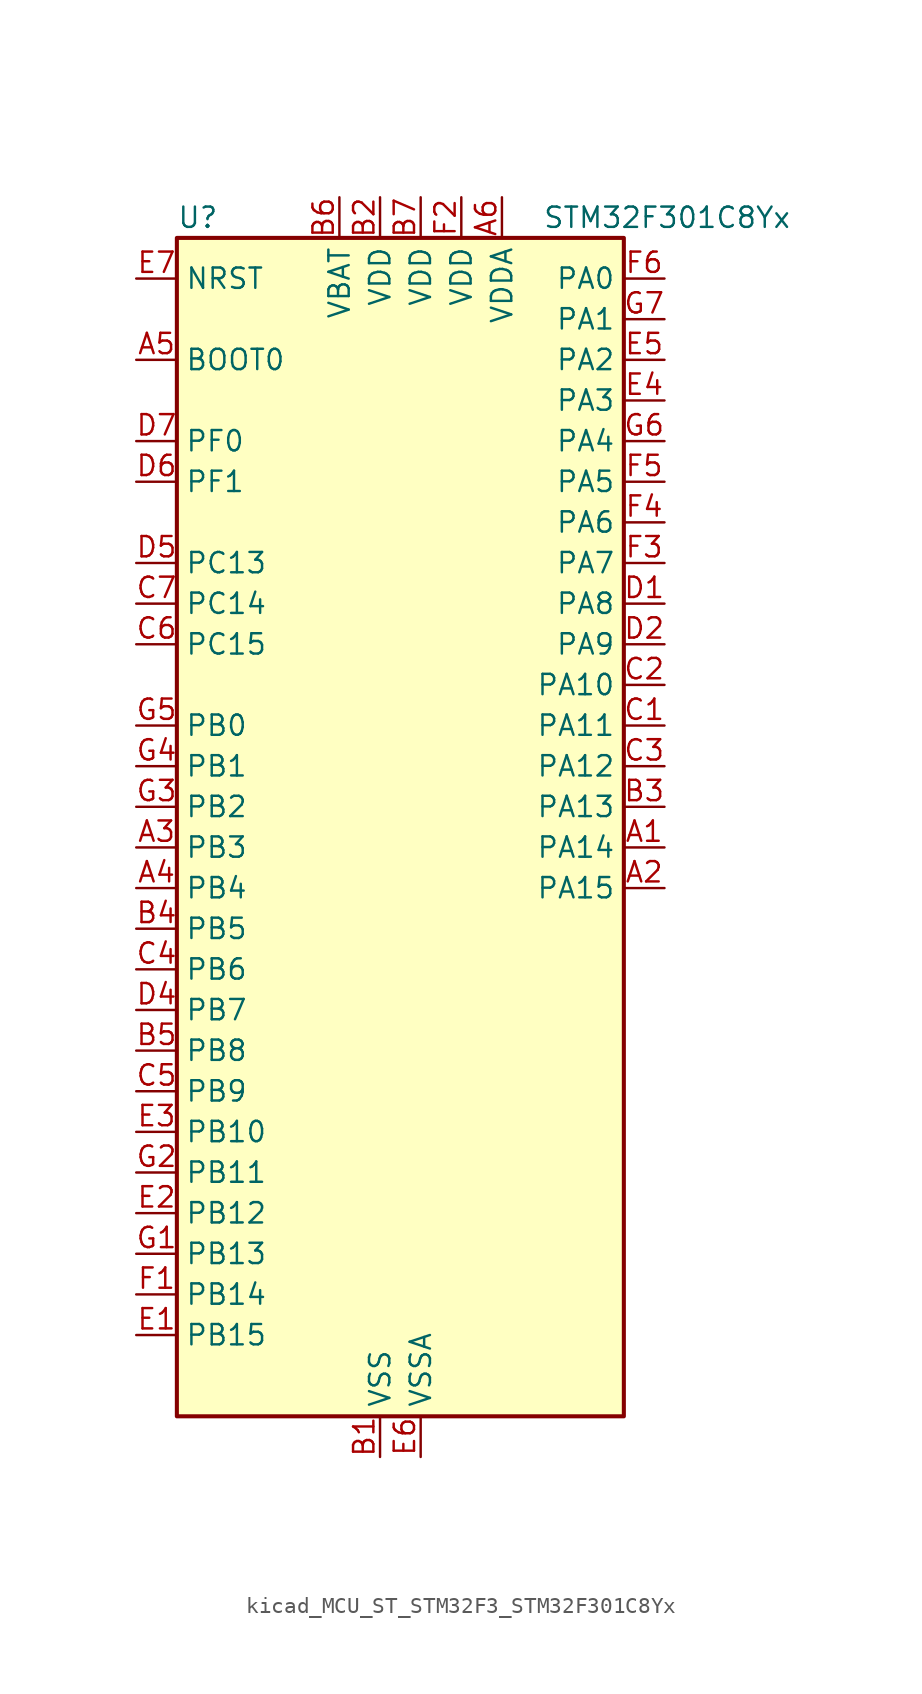
<source format=kicad_sym>
(kicad_symbol_lib
  (version 20220914)
  (generator kicad_symbol_editor)
  (symbol "kicad_MCU_ST_STM32F3_STM32F301C8Yx"
    (property "Reference" "U"
      (at -12.7 39.37 0)
      (effects (font (size 1.27 1.27)) (justify left)))
    (property "Value" "STM32F301C8Yx"
      (at 10.16 39.37 0)
      (effects (font (size 1.27 1.27)) (justify left)))
    (property "ki_locked" ""
      (at 0 0 0)
      (effects (font (size 1.27 1.27))))
    (symbol "kicad_MCU_ST_STM32F3_STM32F301C8Yx_0_1"
      (rectangle (start -12.7 -35.56) (end 15.24 38.1) (stroke (width 0.254) (type default)) (fill (type background))))
    (symbol "kicad_MCU_ST_STM32F3_STM32F301C8Yx_1_1"
      (pin bidirectional line (at 17.78 0 180) (length 2.54) (name "PA14" (effects (font (size 1.27 1.27)))) (number "A1" (effects (font (size 1.27 1.27)))) (alternate "I2C1_SDA" bidirectional line) (alternate "SYS_JTCK-SWCLK" bidirectional line) (alternate "TIM1_BKIN" bidirectional line) (alternate "TSC_G4_IO4" bidirectional line) (alternate "USART2_TX" bidirectional line))
      (pin bidirectional line (at 17.78 -2.54 180) (length 2.54) (name "PA15" (effects (font (size 1.27 1.27)))) (number "A2" (effects (font (size 1.27 1.27)))) (alternate "ADC1_EXTI15" bidirectional line) (alternate "I2C1_SCL" bidirectional line) (alternate "I2S3_WS" bidirectional line) (alternate "SPI3_NSS" bidirectional line) (alternate "SYS_JTDI" bidirectional line) (alternate "TIM1_BKIN" bidirectional line) (alternate "TIM2_CH1" bidirectional line) (alternate "TIM2_ETR" bidirectional line) (alternate "TSC_SYNC" bidirectional line) (alternate "USART2_RX" bidirectional line))
      (pin bidirectional line (at -15.24 0 0) (length 2.54) (name "PB3" (effects (font (size 1.27 1.27)))) (number "A3" (effects (font (size 1.27 1.27)))) (alternate "I2S3_CK" bidirectional line) (alternate "SPI3_SCK" bidirectional line) (alternate "SYS_JTDO-TRACESWO" bidirectional line) (alternate "TIM2_CH2" bidirectional line) (alternate "TSC_G5_IO1" bidirectional line) (alternate "USART2_TX" bidirectional line))
      (pin bidirectional line (at -15.24 -2.54 0) (length 2.54) (name "PB4" (effects (font (size 1.27 1.27)))) (number "A4" (effects (font (size 1.27 1.27)))) (alternate "I2S3_ext_SD" bidirectional line) (alternate "SPI3_MISO" bidirectional line) (alternate "SYS_NJTRST" bidirectional line) (alternate "TIM16_CH1" bidirectional line) (alternate "TIM17_BKIN" bidirectional line) (alternate "TSC_G5_IO2" bidirectional line) (alternate "USART2_RX" bidirectional line))
      (pin input line (at -15.24 30.48 0) (length 2.54) (name "BOOT0" (effects (font (size 1.27 1.27)))) (number "A5" (effects (font (size 1.27 1.27)))))
      (pin power_in line (at 7.62 40.64 270) (length 2.54) (name "VDDA" (effects (font (size 1.27 1.27)))) (number "A6" (effects (font (size 1.27 1.27)))))
      (pin no_connect line (at -12.7 -35.56 0) (length 2.54) hide (name "NC" (effects (font (size 1.27 1.27)))) (number "A7" (effects (font (size 1.27 1.27)))))
      (pin power_in line (at 0 -38.1 90) (length 2.54) (name "VSS" (effects (font (size 1.27 1.27)))) (number "B1" (effects (font (size 1.27 1.27)))))
      (pin power_in line (at 0 40.64 270) (length 2.54) (name "VDD" (effects (font (size 1.27 1.27)))) (number "B2" (effects (font (size 1.27 1.27)))))
      (pin bidirectional line (at 17.78 2.54 180) (length 2.54) (name "PA13" (effects (font (size 1.27 1.27)))) (number "B3" (effects (font (size 1.27 1.27)))) (alternate "IR_OUT" bidirectional line) (alternate "SYS_JTMS-SWDIO" bidirectional line) (alternate "TIM16_CH1N" bidirectional line) (alternate "TSC_G4_IO3" bidirectional line) (alternate "USART3_CTS" bidirectional line))
      (pin bidirectional line (at -15.24 -5.08 0) (length 2.54) (name "PB5" (effects (font (size 1.27 1.27)))) (number "B4" (effects (font (size 1.27 1.27)))) (alternate "I2C1_SMBA" bidirectional line) (alternate "I2C3_SDA" bidirectional line) (alternate "I2S3_SD" bidirectional line) (alternate "SPI3_MOSI" bidirectional line) (alternate "TIM16_BKIN" bidirectional line) (alternate "TIM17_CH1" bidirectional line) (alternate "USART2_CK" bidirectional line))
      (pin bidirectional line (at -15.24 -12.7 0) (length 2.54) (name "PB8" (effects (font (size 1.27 1.27)))) (number "B5" (effects (font (size 1.27 1.27)))) (alternate "I2C1_SCL" bidirectional line) (alternate "TIM16_CH1" bidirectional line) (alternate "TIM1_BKIN" bidirectional line) (alternate "TSC_SYNC" bidirectional line) (alternate "USART3_RX" bidirectional line))
      (pin power_in line (at -2.54 40.64 270) (length 2.54) (name "VBAT" (effects (font (size 1.27 1.27)))) (number "B6" (effects (font (size 1.27 1.27)))))
      (pin power_in line (at 2.54 40.64 270) (length 2.54) (name "VDD" (effects (font (size 1.27 1.27)))) (number "B7" (effects (font (size 1.27 1.27)))))
      (pin bidirectional line (at 17.78 7.62 180) (length 2.54) (name "PA11" (effects (font (size 1.27 1.27)))) (number "C1" (effects (font (size 1.27 1.27)))) (alternate "ADC1_EXTI11" bidirectional line) (alternate "I2S2_SD" bidirectional line) (alternate "SPI2_MOSI" bidirectional line) (alternate "TIM1_BKIN2" bidirectional line) (alternate "TIM1_CH1N" bidirectional line) (alternate "TIM1_CH4" bidirectional line) (alternate "USART1_CTS" bidirectional line))
      (pin bidirectional line (at 17.78 10.16 180) (length 2.54) (name "PA10" (effects (font (size 1.27 1.27)))) (number "C2" (effects (font (size 1.27 1.27)))) (alternate "COMP6_OUT" bidirectional line) (alternate "I2C2_SDA" bidirectional line) (alternate "I2S2_ext_SD" bidirectional line) (alternate "SPI2_MISO" bidirectional line) (alternate "TIM17_BKIN" bidirectional line) (alternate "TIM1_CH3" bidirectional line) (alternate "TIM2_CH4" bidirectional line) (alternate "TSC_G4_IO2" bidirectional line) (alternate "USART1_RX" bidirectional line))
      (pin bidirectional line (at 17.78 5.08 180) (length 2.54) (name "PA12" (effects (font (size 1.27 1.27)))) (number "C3" (effects (font (size 1.27 1.27)))) (alternate "COMP2_OUT" bidirectional line) (alternate "I2S_CKIN" bidirectional line) (alternate "TIM16_CH1" bidirectional line) (alternate "TIM1_CH2N" bidirectional line) (alternate "TIM1_ETR" bidirectional line) (alternate "USART1_DE" bidirectional line) (alternate "USART1_RTS" bidirectional line))
      (pin bidirectional line (at -15.24 -7.62 0) (length 2.54) (name "PB6" (effects (font (size 1.27 1.27)))) (number "C4" (effects (font (size 1.27 1.27)))) (alternate "I2C1_SCL" bidirectional line) (alternate "TIM16_CH1N" bidirectional line) (alternate "TSC_G5_IO3" bidirectional line) (alternate "USART1_TX" bidirectional line))
      (pin bidirectional line (at -15.24 -15.24 0) (length 2.54) (name "PB9" (effects (font (size 1.27 1.27)))) (number "C5" (effects (font (size 1.27 1.27)))) (alternate "COMP2_OUT" bidirectional line) (alternate "DAC_EXTI9" bidirectional line) (alternate "I2C1_SDA" bidirectional line) (alternate "IR_OUT" bidirectional line) (alternate "TIM17_CH1" bidirectional line) (alternate "USART3_TX" bidirectional line))
      (pin bidirectional line (at -15.24 12.7 0) (length 2.54) (name "PC15" (effects (font (size 1.27 1.27)))) (number "C6" (effects (font (size 1.27 1.27)))) (alternate "ADC1_EXTI15" bidirectional line) (alternate "RCC_OSC32_OUT" bidirectional line))
      (pin bidirectional line (at -15.24 15.24 0) (length 2.54) (name "PC14" (effects (font (size 1.27 1.27)))) (number "C7" (effects (font (size 1.27 1.27)))) (alternate "RCC_OSC32_IN" bidirectional line))
      (pin bidirectional line (at 17.78 15.24 180) (length 2.54) (name "PA8" (effects (font (size 1.27 1.27)))) (number "D1" (effects (font (size 1.27 1.27)))) (alternate "I2C2_SMBA" bidirectional line) (alternate "I2C3_SCL" bidirectional line) (alternate "I2S2_MCK" bidirectional line) (alternate "RCC_MCO" bidirectional line) (alternate "TIM1_CH1" bidirectional line) (alternate "USART1_CK" bidirectional line))
      (pin bidirectional line (at 17.78 12.7 180) (length 2.54) (name "PA9" (effects (font (size 1.27 1.27)))) (number "D2" (effects (font (size 1.27 1.27)))) (alternate "DAC_EXTI9" bidirectional line) (alternate "I2C2_SCL" bidirectional line) (alternate "I2C3_SMBA" bidirectional line) (alternate "I2S3_MCK" bidirectional line) (alternate "TIM15_BKIN" bidirectional line) (alternate "TIM1_CH2" bidirectional line) (alternate "TIM2_CH3" bidirectional line) (alternate "TSC_G4_IO1" bidirectional line) (alternate "USART1_TX" bidirectional line))
      (pin passive line (at 0 -38.1 90) (length 2.54) hide (name "VSS" (effects (font (size 1.27 1.27)))) (number "D3" (effects (font (size 1.27 1.27)))))
      (pin bidirectional line (at -15.24 -10.16 0) (length 2.54) (name "PB7" (effects (font (size 1.27 1.27)))) (number "D4" (effects (font (size 1.27 1.27)))) (alternate "I2C1_SDA" bidirectional line) (alternate "TIM17_CH1N" bidirectional line) (alternate "TSC_G5_IO4" bidirectional line) (alternate "USART1_RX" bidirectional line))
      (pin bidirectional line (at -15.24 17.78 0) (length 2.54) (name "PC13" (effects (font (size 1.27 1.27)))) (number "D5" (effects (font (size 1.27 1.27)))) (alternate "RTC_OUT_ALARM" bidirectional line) (alternate "RTC_OUT_CALIB" bidirectional line) (alternate "RTC_TAMP1" bidirectional line) (alternate "RTC_TS" bidirectional line) (alternate "SYS_WKUP2" bidirectional line) (alternate "TIM1_CH1N" bidirectional line))
      (pin bidirectional line (at -15.24 22.86 0) (length 2.54) (name "PF1" (effects (font (size 1.27 1.27)))) (number "D6" (effects (font (size 1.27 1.27)))) (alternate "I2C2_SCL" bidirectional line) (alternate "I2S2_CK" bidirectional line) (alternate "RCC_OSC_OUT" bidirectional line) (alternate "SPI2_SCK" bidirectional line))
      (pin bidirectional line (at -15.24 25.4 0) (length 2.54) (name "PF0" (effects (font (size 1.27 1.27)))) (number "D7" (effects (font (size 1.27 1.27)))) (alternate "I2C2_SDA" bidirectional line) (alternate "I2S2_WS" bidirectional line) (alternate "RCC_OSC_IN" bidirectional line) (alternate "SPI2_NSS" bidirectional line) (alternate "TIM1_CH3N" bidirectional line))
      (pin bidirectional line (at -15.24 -30.48 0) (length 2.54) (name "PB15" (effects (font (size 1.27 1.27)))) (number "E1" (effects (font (size 1.27 1.27)))) (alternate "ADC1_EXTI15" bidirectional line) (alternate "COMP6_INM" bidirectional line) (alternate "I2S2_SD" bidirectional line) (alternate "RTC_REFIN" bidirectional line) (alternate "SPI2_MOSI" bidirectional line) (alternate "TIM15_CH1N" bidirectional line) (alternate "TIM15_CH2" bidirectional line) (alternate "TIM1_CH3N" bidirectional line))
      (pin bidirectional line (at -15.24 -22.86 0) (length 2.54) (name "PB12" (effects (font (size 1.27 1.27)))) (number "E2" (effects (font (size 1.27 1.27)))) (alternate "I2C2_SMBA" bidirectional line) (alternate "I2S2_WS" bidirectional line) (alternate "SPI2_NSS" bidirectional line) (alternate "TIM1_BKIN" bidirectional line) (alternate "TSC_G6_IO2" bidirectional line) (alternate "USART3_CK" bidirectional line))
      (pin bidirectional line (at -15.24 -17.78 0) (length 2.54) (name "PB10" (effects (font (size 1.27 1.27)))) (number "E3" (effects (font (size 1.27 1.27)))) (alternate "TIM2_CH3" bidirectional line) (alternate "TSC_SYNC" bidirectional line) (alternate "USART3_TX" bidirectional line))
      (pin bidirectional line (at 17.78 27.94 180) (length 2.54) (name "PA3" (effects (font (size 1.27 1.27)))) (number "E4" (effects (font (size 1.27 1.27)))) (alternate "ADC1_IN4" bidirectional line) (alternate "TIM15_CH2" bidirectional line) (alternate "TIM2_CH4" bidirectional line) (alternate "TSC_G1_IO4" bidirectional line) (alternate "USART2_RX" bidirectional line))
      (pin bidirectional line (at 17.78 30.48 180) (length 2.54) (name "PA2" (effects (font (size 1.27 1.27)))) (number "E5" (effects (font (size 1.27 1.27)))) (alternate "ADC1_IN3" bidirectional line) (alternate "COMP2_INM" bidirectional line) (alternate "COMP2_OUT" bidirectional line) (alternate "TIM15_CH1" bidirectional line) (alternate "TIM2_CH3" bidirectional line) (alternate "TSC_G1_IO3" bidirectional line) (alternate "USART2_TX" bidirectional line))
      (pin power_in line (at 2.54 -38.1 90) (length 2.54) (name "VSSA" (effects (font (size 1.27 1.27)))) (number "E6" (effects (font (size 1.27 1.27)))))
      (pin input line (at -15.24 35.56 0) (length 2.54) (name "NRST" (effects (font (size 1.27 1.27)))) (number "E7" (effects (font (size 1.27 1.27)))))
      (pin bidirectional line (at -15.24 -27.94 0) (length 2.54) (name "PB14" (effects (font (size 1.27 1.27)))) (number "F1" (effects (font (size 1.27 1.27)))) (alternate "I2S2_ext_SD" bidirectional line) (alternate "OPAMP2_VINP" bidirectional line) (alternate "OPAMP2_VINP_SEC" bidirectional line) (alternate "SPI2_MISO" bidirectional line) (alternate "TIM15_CH1" bidirectional line) (alternate "TIM1_CH2N" bidirectional line) (alternate "TSC_G6_IO4" bidirectional line) (alternate "USART3_DE" bidirectional line) (alternate "USART3_RTS" bidirectional line))
      (pin power_in line (at 5.08 40.64 270) (length 2.54) (name "VDD" (effects (font (size 1.27 1.27)))) (number "F2" (effects (font (size 1.27 1.27)))))
      (pin bidirectional line (at 17.78 17.78 180) (length 2.54) (name "PA7" (effects (font (size 1.27 1.27)))) (number "F3" (effects (font (size 1.27 1.27)))) (alternate "ADC1_IN15" bidirectional line) (alternate "COMP2_INP" bidirectional line) (alternate "OPAMP2_VINP" bidirectional line) (alternate "OPAMP2_VINP_SEC" bidirectional line) (alternate "TIM17_CH1" bidirectional line) (alternate "TIM1_CH1N" bidirectional line) (alternate "TSC_G2_IO4" bidirectional line))
      (pin bidirectional line (at 17.78 20.32 180) (length 2.54) (name "PA6" (effects (font (size 1.27 1.27)))) (number "F4" (effects (font (size 1.27 1.27)))) (alternate "ADC1_IN10" bidirectional line) (alternate "OPAMP2_VOUT" bidirectional line) (alternate "TIM16_CH1" bidirectional line) (alternate "TIM1_BKIN" bidirectional line) (alternate "TSC_G2_IO3" bidirectional line))
      (pin bidirectional line (at 17.78 22.86 180) (length 2.54) (name "PA5" (effects (font (size 1.27 1.27)))) (number "F5" (effects (font (size 1.27 1.27)))) (alternate "OPAMP2_VINM" bidirectional line) (alternate "OPAMP2_VINM_SEC" bidirectional line) (alternate "TIM2_CH1" bidirectional line) (alternate "TIM2_ETR" bidirectional line) (alternate "TSC_G2_IO2" bidirectional line))
      (pin bidirectional line (at 17.78 35.56 180) (length 2.54) (name "PA0" (effects (font (size 1.27 1.27)))) (number "F6" (effects (font (size 1.27 1.27)))) (alternate "ADC1_IN1" bidirectional line) (alternate "RTC_TAMP2" bidirectional line) (alternate "SYS_WKUP1" bidirectional line) (alternate "TIM2_CH1" bidirectional line) (alternate "TIM2_ETR" bidirectional line) (alternate "TSC_G1_IO1" bidirectional line) (alternate "USART2_CTS" bidirectional line))
      (pin passive line (at 0 -38.1 90) (length 2.54) hide (name "VSS" (effects (font (size 1.27 1.27)))) (number "F7" (effects (font (size 1.27 1.27)))))
      (pin bidirectional line (at -15.24 -25.4 0) (length 2.54) (name "PB13" (effects (font (size 1.27 1.27)))) (number "G1" (effects (font (size 1.27 1.27)))) (alternate "ADC1_IN13" bidirectional line) (alternate "I2S2_CK" bidirectional line) (alternate "SPI2_SCK" bidirectional line) (alternate "TIM1_CH1N" bidirectional line) (alternate "TSC_G6_IO3" bidirectional line) (alternate "USART3_CTS" bidirectional line))
      (pin bidirectional line (at -15.24 -20.32 0) (length 2.54) (name "PB11" (effects (font (size 1.27 1.27)))) (number "G2" (effects (font (size 1.27 1.27)))) (alternate "ADC1_EXTI11" bidirectional line) (alternate "ADC1_IN14" bidirectional line) (alternate "COMP6_INP" bidirectional line) (alternate "TIM2_CH4" bidirectional line) (alternate "TSC_G6_IO1" bidirectional line) (alternate "USART3_RX" bidirectional line))
      (pin bidirectional line (at -15.24 2.54 0) (length 2.54) (name "PB2" (effects (font (size 1.27 1.27)))) (number "G3" (effects (font (size 1.27 1.27)))) (alternate "COMP4_INM" bidirectional line) (alternate "TSC_G3_IO4" bidirectional line))
      (pin bidirectional line (at -15.24 5.08 0) (length 2.54) (name "PB1" (effects (font (size 1.27 1.27)))) (number "G4" (effects (font (size 1.27 1.27)))) (alternate "ADC1_IN12" bidirectional line) (alternate "COMP4_OUT" bidirectional line) (alternate "TIM1_CH3N" bidirectional line) (alternate "TSC_G3_IO3" bidirectional line))
      (pin bidirectional line (at -15.24 7.62 0) (length 2.54) (name "PB0" (effects (font (size 1.27 1.27)))) (number "G5" (effects (font (size 1.27 1.27)))) (alternate "ADC1_IN11" bidirectional line) (alternate "COMP4_INP" bidirectional line) (alternate "OPAMP2_VINP" bidirectional line) (alternate "OPAMP2_VINP_SEC" bidirectional line) (alternate "TIM1_CH2N" bidirectional line) (alternate "TSC_G3_IO2" bidirectional line))
      (pin bidirectional line (at 17.78 25.4 180) (length 2.54) (name "PA4" (effects (font (size 1.27 1.27)))) (number "G6" (effects (font (size 1.27 1.27)))) (alternate "ADC1_IN5" bidirectional line) (alternate "COMP2_INM" bidirectional line) (alternate "COMP4_INM" bidirectional line) (alternate "COMP6_INM" bidirectional line) (alternate "DAC_OUT1" bidirectional line) (alternate "I2S3_WS" bidirectional line) (alternate "SPI3_NSS" bidirectional line) (alternate "TSC_G2_IO1" bidirectional line) (alternate "USART2_CK" bidirectional line))
      (pin bidirectional line (at 17.78 33.02 180) (length 2.54) (name "PA1" (effects (font (size 1.27 1.27)))) (number "G7" (effects (font (size 1.27 1.27)))) (alternate "ADC1_IN2" bidirectional line) (alternate "RTC_REFIN" bidirectional line) (alternate "TIM15_CH1N" bidirectional line) (alternate "TIM2_CH2" bidirectional line) (alternate "TSC_G1_IO2" bidirectional line) (alternate "USART2_DE" bidirectional line) (alternate "USART2_RTS" bidirectional line)))))
</source>
